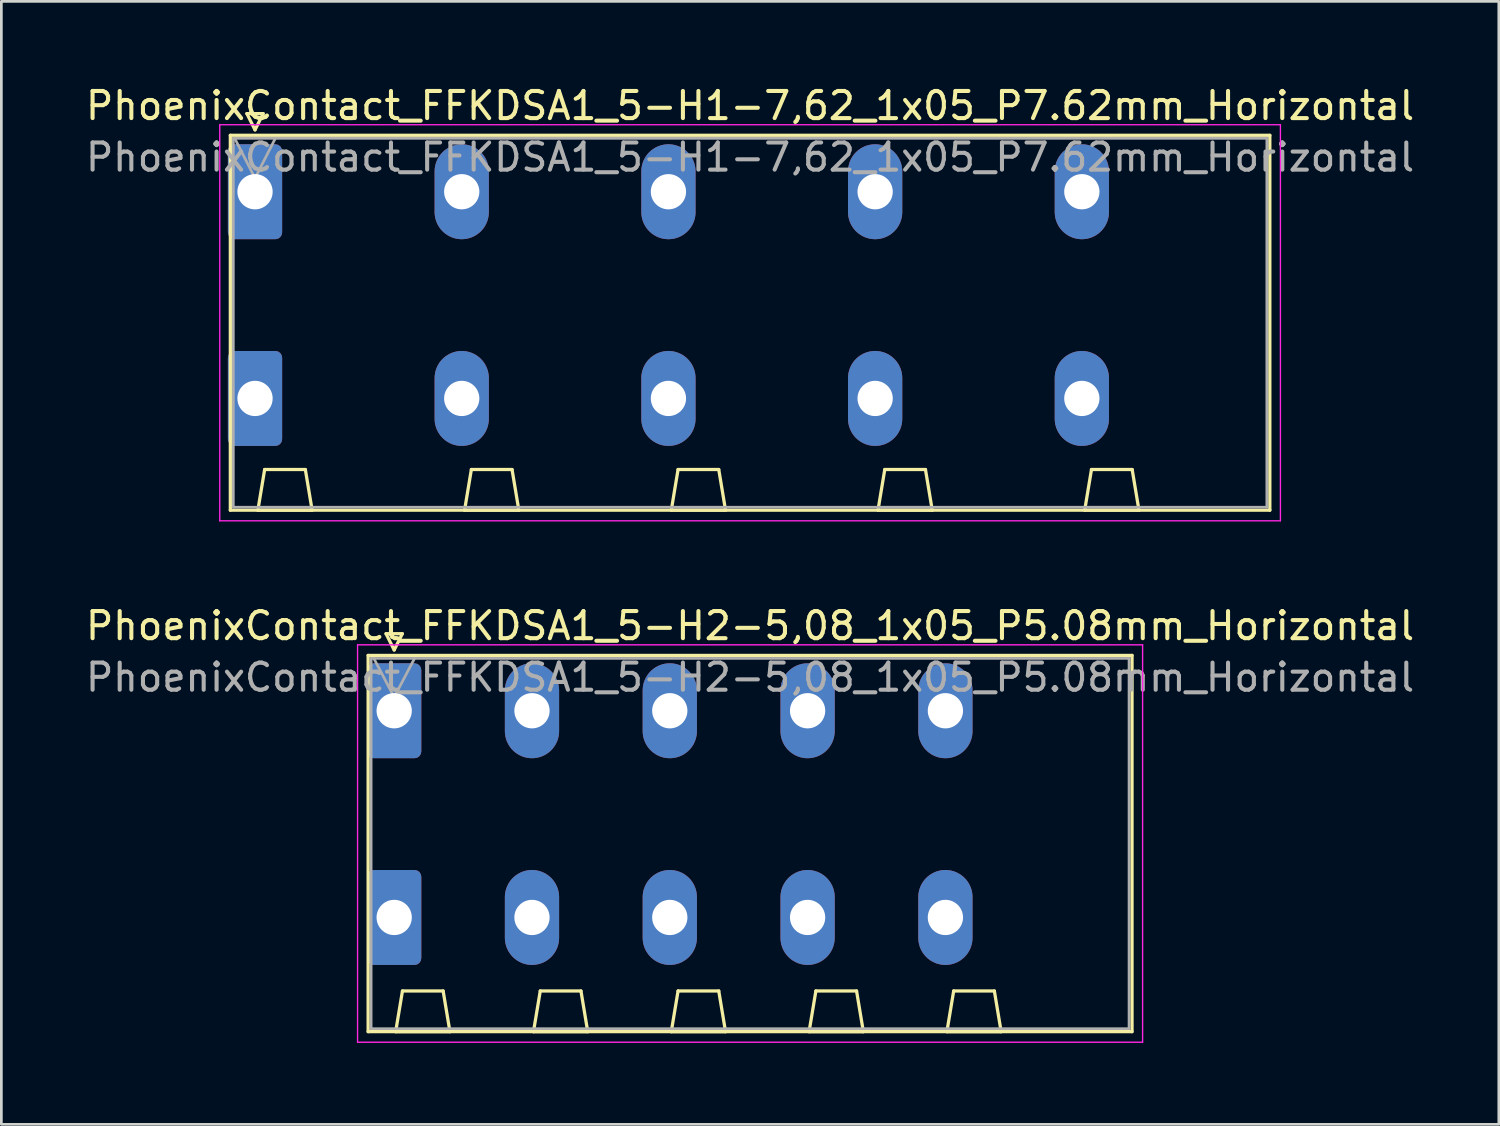
<source format=kicad_pcb>
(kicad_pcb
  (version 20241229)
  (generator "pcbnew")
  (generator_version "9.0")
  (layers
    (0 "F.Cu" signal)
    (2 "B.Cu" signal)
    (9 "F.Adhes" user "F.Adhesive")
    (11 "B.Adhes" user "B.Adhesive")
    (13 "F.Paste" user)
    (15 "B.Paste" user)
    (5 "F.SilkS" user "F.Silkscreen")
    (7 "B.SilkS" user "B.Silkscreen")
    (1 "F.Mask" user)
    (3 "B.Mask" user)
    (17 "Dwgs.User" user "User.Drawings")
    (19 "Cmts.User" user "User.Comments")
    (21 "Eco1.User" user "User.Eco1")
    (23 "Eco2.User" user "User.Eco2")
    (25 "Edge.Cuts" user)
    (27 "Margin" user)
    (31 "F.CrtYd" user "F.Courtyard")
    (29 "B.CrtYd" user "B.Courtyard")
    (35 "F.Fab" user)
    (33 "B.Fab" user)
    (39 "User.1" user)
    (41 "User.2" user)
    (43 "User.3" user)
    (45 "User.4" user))
  (footprint "PhoenixContact_FFKDSA1_5-H1-7,62_1x05_P7.62mm_Horizontal"
    (layer "F.Cu")
    (at 6.351 4.018)
    (property "Reference" "PhoenixContact_FFKDSA1_5-H1-7,62_1x05_P7.62mm_Horizontal" (at 18.25 -3.17 0) (layer "F.SilkS") (effects (font (size 1 1) (thickness 0.15))))
    (attr through_hole)
    (fp_line (start -0.91 -2.08) (end -0.91 11.74) (stroke (width 0.12) (type solid)) (layer "F.SilkS"))
    (fp_line (start -0.91 11.74) (end 37.41 11.74) (stroke (width 0.12) (type solid)) (layer "F.SilkS"))
    (fp_line (start -0.3 -2.88) (end 0.3 -2.88) (stroke (width 0.12) (type solid)) (layer "F.SilkS"))
    (fp_line (start 0 -2.28) (end -0.3 -2.88) (stroke (width 0.12) (type solid)) (layer "F.SilkS"))
    (fp_line (start 0.105 11.74) (end 2.105 11.74) (stroke (width 0.12) (type solid)) (layer "F.SilkS"))
    (fp_line (start 0.3 -2.88) (end 0 -2.28) (stroke (width 0.12) (type solid)) (layer "F.SilkS"))
    (fp_line (start 0.355 10.24) (end 0.105 11.74) (stroke (width 0.12) (type solid)) (layer "F.SilkS"))
    (fp_line (start 1.855 10.24) (end 0.355 10.24) (stroke (width 0.12) (type solid)) (layer "F.SilkS"))
    (fp_line (start 2.105 11.74) (end 1.855 10.24) (stroke (width 0.12) (type solid)) (layer "F.SilkS"))
    (fp_line (start 7.725 11.74) (end 9.725 11.74) (stroke (width 0.12) (type solid)) (layer "F.SilkS"))
    (fp_line (start 7.975 10.24) (end 7.725 11.74) (stroke (width 0.12) (type solid)) (layer "F.SilkS"))
    (fp_line (start 9.475 10.24) (end 7.975 10.24) (stroke (width 0.12) (type solid)) (layer "F.SilkS"))
    (fp_line (start 9.725 11.74) (end 9.475 10.24) (stroke (width 0.12) (type solid)) (layer "F.SilkS"))
    (fp_line (start 15.345 11.74) (end 17.345 11.74) (stroke (width 0.12) (type solid)) (layer "F.SilkS"))
    (fp_line (start 15.595 10.24) (end 15.345 11.74) (stroke (width 0.12) (type solid)) (layer "F.SilkS"))
    (fp_line (start 17.095 10.24) (end 15.595 10.24) (stroke (width 0.12) (type solid)) (layer "F.SilkS"))
    (fp_line (start 17.345 11.74) (end 17.095 10.24) (stroke (width 0.12) (type solid)) (layer "F.SilkS"))
    (fp_line (start 22.965 11.74) (end 24.965 11.74) (stroke (width 0.12) (type solid)) (layer "F.SilkS"))
    (fp_line (start 23.215 10.24) (end 22.965 11.74) (stroke (width 0.12) (type solid)) (layer "F.SilkS"))
    (fp_line (start 24.715 10.24) (end 23.215 10.24) (stroke (width 0.12) (type solid)) (layer "F.SilkS"))
    (fp_line (start 24.965 11.74) (end 24.715 10.24) (stroke (width 0.12) (type solid)) (layer "F.SilkS"))
    (fp_line (start 30.585 11.74) (end 32.585 11.74) (stroke (width 0.12) (type solid)) (layer "F.SilkS"))
    (fp_line (start 30.835 10.24) (end 30.585 11.74) (stroke (width 0.12) (type solid)) (layer "F.SilkS"))
    (fp_line (start 32.335 10.24) (end 30.835 10.24) (stroke (width 0.12) (type solid)) (layer "F.SilkS"))
    (fp_line (start 32.585 11.74) (end 32.335 10.24) (stroke (width 0.12) (type solid)) (layer "F.SilkS"))
    (fp_line (start 37.41 -2.08) (end -0.91 -2.08) (stroke (width 0.12) (type solid)) (layer "F.SilkS"))
    (fp_line (start 37.41 11.74) (end 37.41 -2.08) (stroke (width 0.12) (type solid)) (layer "F.SilkS"))
    (fp_line (start -1.3 -2.47) (end -1.3 12.13) (stroke (width 0.05) (type solid)) (layer "F.CrtYd"))
    (fp_line (start -1.3 12.13) (end 37.8 12.13) (stroke (width 0.05) (type solid)) (layer "F.CrtYd"))
    (fp_line (start 37.8 -2.47) (end -1.3 -2.47) (stroke (width 0.05) (type solid)) (layer "F.CrtYd"))
    (fp_line (start 37.8 12.13) (end 37.8 -2.47) (stroke (width 0.05) (type solid)) (layer "F.CrtYd"))
    (fp_line (start -0.8 -1.97) (end -0.8 11.63) (stroke (width 0.1) (type solid)) (layer "F.Fab"))
    (fp_line (start -0.8 11.63) (end 37.3 11.63) (stroke (width 0.1) (type solid)) (layer "F.Fab"))
    (fp_line (start 0 -0.5) (end -0.75 -1.97) (stroke (width 0.1) (type solid)) (layer "F.Fab"))
    (fp_line (start 0.75 -1.97) (end 0 -0.5) (stroke (width 0.1) (type solid)) (layer "F.Fab"))
    (fp_line (start 37.3 -1.97) (end -0.8 -1.97) (stroke (width 0.1) (type solid)) (layer "F.Fab"))
    (fp_line (start 37.3 11.63) (end 37.3 -1.97) (stroke (width 0.1) (type solid)) (layer "F.Fab"))
    (fp_text user "${REFERENCE}" (at 18.25 -1.27 0) (layer "F.Fab") (effects (font (size 1 1) (thickness 0.15))))
    (pad "1" thru_hole roundrect (at 0 0) (size 2 3.5) (drill 1.3) (layers "*.Cu" "*.Mask") (roundrect_rratio 0.125))
    (pad "1" thru_hole roundrect (at 0 7.62) (size 2 3.5) (drill 1.3) (layers "*.Cu" "*.Mask") (roundrect_rratio 0.125))
    (pad "2" thru_hole oval (at 7.62 0) (size 2 3.5) (drill 1.3) (layers "*.Cu" "*.Mask"))
    (pad "2" thru_hole oval (at 7.62 7.62) (size 2 3.5) (drill 1.3) (layers "*.Cu" "*.Mask"))
    (pad "3" thru_hole oval (at 15.24 0) (size 2 3.5) (drill 1.3) (layers "*.Cu" "*.Mask"))
    (pad "3" thru_hole oval (at 15.24 7.62) (size 2 3.5) (drill 1.3) (layers "*.Cu" "*.Mask"))
    (pad "4" thru_hole oval (at 22.86 0) (size 2 3.5) (drill 1.3) (layers "*.Cu" "*.Mask"))
    (pad "4" thru_hole oval (at 22.86 7.62) (size 2 3.5) (drill 1.3) (layers "*.Cu" "*.Mask"))
    (pad "5" thru_hole oval (at 30.48 0) (size 2 3.5) (drill 1.3) (layers "*.Cu" "*.Mask"))
    (pad "5" thru_hole oval (at 30.48 7.62) (size 2 3.5) (drill 1.3) (layers "*.Cu" "*.Mask")))
  (footprint "PhoenixContact_FFKDSA1_5-H2-5,08_1x05_P5.08mm_Horizontal"
    (layer "F.Cu")
    (at 11.481 23.151)
    (property "Reference" "PhoenixContact_FFKDSA1_5-H2-5,08_1x05_P5.08mm_Horizontal" (at 13.12 -3.13 0) (layer "F.SilkS") (effects (font (size 1 1) (thickness 0.15))))
    (attr through_hole)
    (fp_line (start -0.96 -2.04) (end -0.96 11.83) (stroke (width 0.12) (type solid)) (layer "F.SilkS"))
    (fp_line (start -0.96 11.83) (end 27.2 11.83) (stroke (width 0.12) (type solid)) (layer "F.SilkS"))
    (fp_line (start -0.3 -2.84) (end 0.3 -2.84) (stroke (width 0.12) (type solid)) (layer "F.SilkS"))
    (fp_line (start 0 -2.24) (end -0.3 -2.84) (stroke (width 0.12) (type solid)) (layer "F.SilkS"))
    (fp_line (start 0.055 11.83) (end 2.055 11.83) (stroke (width 0.12) (type solid)) (layer "F.SilkS"))
    (fp_line (start 0.3 -2.84) (end 0 -2.24) (stroke (width 0.12) (type solid)) (layer "F.SilkS"))
    (fp_line (start 0.305 10.33) (end 0.055 11.83) (stroke (width 0.12) (type solid)) (layer "F.SilkS"))
    (fp_line (start 1.805 10.33) (end 0.305 10.33) (stroke (width 0.12) (type solid)) (layer "F.SilkS"))
    (fp_line (start 2.055 11.83) (end 1.805 10.33) (stroke (width 0.12) (type solid)) (layer "F.SilkS"))
    (fp_line (start 5.135 11.83) (end 7.135 11.83) (stroke (width 0.12) (type solid)) (layer "F.SilkS"))
    (fp_line (start 5.385 10.33) (end 5.135 11.83) (stroke (width 0.12) (type solid)) (layer "F.SilkS"))
    (fp_line (start 6.885 10.33) (end 5.385 10.33) (stroke (width 0.12) (type solid)) (layer "F.SilkS"))
    (fp_line (start 7.135 11.83) (end 6.885 10.33) (stroke (width 0.12) (type solid)) (layer "F.SilkS"))
    (fp_line (start 10.215 11.83) (end 12.215 11.83) (stroke (width 0.12) (type solid)) (layer "F.SilkS"))
    (fp_line (start 10.465 10.33) (end 10.215 11.83) (stroke (width 0.12) (type solid)) (layer "F.SilkS"))
    (fp_line (start 11.965 10.33) (end 10.465 10.33) (stroke (width 0.12) (type solid)) (layer "F.SilkS"))
    (fp_line (start 12.215 11.83) (end 11.965 10.33) (stroke (width 0.12) (type solid)) (layer "F.SilkS"))
    (fp_line (start 15.295 11.83) (end 17.295 11.83) (stroke (width 0.12) (type solid)) (layer "F.SilkS"))
    (fp_line (start 15.545 10.33) (end 15.295 11.83) (stroke (width 0.12) (type solid)) (layer "F.SilkS"))
    (fp_line (start 17.045 10.33) (end 15.545 10.33) (stroke (width 0.12) (type solid)) (layer "F.SilkS"))
    (fp_line (start 17.295 11.83) (end 17.045 10.33) (stroke (width 0.12) (type solid)) (layer "F.SilkS"))
    (fp_line (start 20.375 11.83) (end 22.375 11.83) (stroke (width 0.12) (type solid)) (layer "F.SilkS"))
    (fp_line (start 20.625 10.33) (end 20.375 11.83) (stroke (width 0.12) (type solid)) (layer "F.SilkS"))
    (fp_line (start 22.125 10.33) (end 20.625 10.33) (stroke (width 0.12) (type solid)) (layer "F.SilkS"))
    (fp_line (start 22.375 11.83) (end 22.125 10.33) (stroke (width 0.12) (type solid)) (layer "F.SilkS"))
    (fp_line (start 27.2 -2.04) (end -0.96 -2.04) (stroke (width 0.12) (type solid)) (layer "F.SilkS"))
    (fp_line (start 27.2 11.83) (end 27.2 -2.04) (stroke (width 0.12) (type solid)) (layer "F.SilkS"))
    (fp_line (start -1.35 -2.43) (end -1.35 12.22) (stroke (width 0.05) (type solid)) (layer "F.CrtYd"))
    (fp_line (start -1.35 12.22) (end 27.59 12.22) (stroke (width 0.05) (type solid)) (layer "F.CrtYd"))
    (fp_line (start 27.59 -2.43) (end -1.35 -2.43) (stroke (width 0.05) (type solid)) (layer "F.CrtYd"))
    (fp_line (start 27.59 12.22) (end 27.59 -2.43) (stroke (width 0.05) (type solid)) (layer "F.CrtYd"))
    (fp_line (start -0.85 -1.93) (end -0.85 11.72) (stroke (width 0.1) (type solid)) (layer "F.Fab"))
    (fp_line (start -0.85 11.72) (end 27.09 11.72) (stroke (width 0.1) (type solid)) (layer "F.Fab"))
    (fp_line (start 0 -0.5) (end -0.75 -1.93) (stroke (width 0.1) (type solid)) (layer "F.Fab"))
    (fp_line (start 0.75 -1.93) (end 0 -0.5) (stroke (width 0.1) (type solid)) (layer "F.Fab"))
    (fp_line (start 27.09 -1.93) (end -0.85 -1.93) (stroke (width 0.1) (type solid)) (layer "F.Fab"))
    (fp_line (start 27.09 11.72) (end 27.09 -1.93) (stroke (width 0.1) (type solid)) (layer "F.Fab"))
    (fp_text user "${REFERENCE}" (at 13.12 -1.23 0) (layer "F.Fab") (effects (font (size 1 1) (thickness 0.15))))
    (pad "1" thru_hole roundrect (at 0 0) (size 2 3.5) (drill 1.3) (layers "*.Cu" "*.Mask") (roundrect_rratio 0.125))
    (pad "1" thru_hole roundrect (at 0 7.62) (size 2 3.5) (drill 1.3) (layers "*.Cu" "*.Mask") (roundrect_rratio 0.125))
    (pad "2" thru_hole oval (at 5.08 0) (size 2 3.5) (drill 1.3) (layers "*.Cu" "*.Mask"))
    (pad "2" thru_hole oval (at 5.08 7.62) (size 2 3.5) (drill 1.3) (layers "*.Cu" "*.Mask"))
    (pad "3" thru_hole oval (at 10.16 0) (size 2 3.5) (drill 1.3) (layers "*.Cu" "*.Mask"))
    (pad "3" thru_hole oval (at 10.16 7.62) (size 2 3.5) (drill 1.3) (layers "*.Cu" "*.Mask"))
    (pad "4" thru_hole oval (at 15.24 0) (size 2 3.5) (drill 1.3) (layers "*.Cu" "*.Mask"))
    (pad "4" thru_hole oval (at 15.24 7.62) (size 2 3.5) (drill 1.3) (layers "*.Cu" "*.Mask"))
    (pad "5" thru_hole oval (at 20.32 0) (size 2 3.5) (drill 1.3) (layers "*.Cu" "*.Mask"))
    (pad "5" thru_hole oval (at 20.32 7.62) (size 2 3.5) (drill 1.3) (layers "*.Cu" "*.Mask")))
  (gr_rect
    (start -3 -3)
    (end 52.202 38.397)
    (stroke (width 0.1) (type default))
    (fill no)
    (layer "Edge.Cuts")))
</source>
